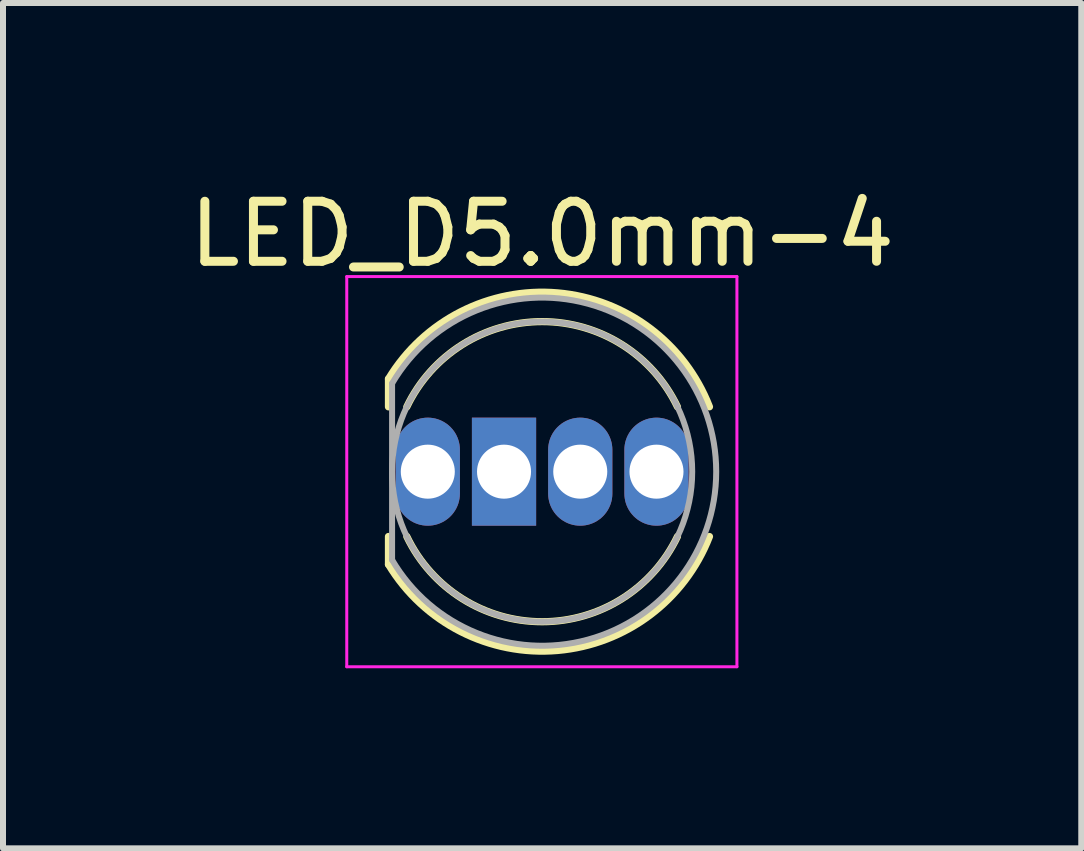
<source format=kicad_pcb>
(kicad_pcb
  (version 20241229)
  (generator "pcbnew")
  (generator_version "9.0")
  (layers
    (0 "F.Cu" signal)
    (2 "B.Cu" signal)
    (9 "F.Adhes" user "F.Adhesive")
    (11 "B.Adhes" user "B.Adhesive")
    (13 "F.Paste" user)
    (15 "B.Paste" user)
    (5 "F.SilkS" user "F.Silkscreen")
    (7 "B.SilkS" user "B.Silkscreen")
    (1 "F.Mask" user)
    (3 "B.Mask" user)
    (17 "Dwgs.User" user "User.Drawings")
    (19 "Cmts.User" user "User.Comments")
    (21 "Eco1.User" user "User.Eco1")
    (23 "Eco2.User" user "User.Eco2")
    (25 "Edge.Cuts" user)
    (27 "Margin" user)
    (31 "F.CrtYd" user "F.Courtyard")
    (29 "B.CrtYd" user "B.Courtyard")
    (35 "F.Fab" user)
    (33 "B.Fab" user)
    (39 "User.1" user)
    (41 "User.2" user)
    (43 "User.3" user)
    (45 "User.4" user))
  (footprint "LED_D5.0mm-4"
    (layer "F.Cu")
    (at 5.977 4.808)
    (property "Reference" "LED_D5.0mm-4" (at 0.005 -3.96 0) (layer "F.SilkS") (effects (font (size 1 1) (thickness 0.15))))
    (attr through_hole)
    (fp_line (start -2.555 -1.545) (end -2.555 -1.08) (stroke (width 0.12) (type solid)) (layer "F.SilkS"))
    (fp_line (start -2.555 1.08) (end -2.555 1.545) (stroke (width 0.12) (type solid)) (layer "F.SilkS"))
    (fp_arc (start -2.555 -1.54483) (mid 0.263456 -2.978809) (end 2.792815 -1.080827) (stroke (width 0.12) (type solid)) (layer "F.SilkS"))
    (fp_arc (start -2.249684 -1.08) (mid 0.004762 -2.5) (end 2.259479 -1.080429) (stroke (width 0.12) (type solid)) (layer "F.SilkS"))
    (fp_arc (start 2.259479 1.080429) (mid 0.004762 2.5) (end -2.249684 1.08) (stroke (width 0.12) (type solid)) (layer "F.SilkS"))
    (fp_arc (start 2.792815 1.080827) (mid 0.263456 2.978808) (end -2.555 1.54483) (stroke (width 0.12) (type solid)) (layer "F.SilkS"))
    (fp_line (start -3.25 -3.25) (end -3.25 3.25) (stroke (width 0.05) (type solid)) (layer "F.CrtYd"))
    (fp_line (start -3.25 3.25) (end 3.25 3.25) (stroke (width 0.05) (type solid)) (layer "F.CrtYd"))
    (fp_line (start 3.25 -3.25) (end -3.25 -3.25) (stroke (width 0.05) (type solid)) (layer "F.CrtYd"))
    (fp_line (start 3.25 3.25) (end 3.25 -3.25) (stroke (width 0.05) (type solid)) (layer "F.CrtYd"))
    (fp_line (start -2.495 -1.47) (end -2.495 1.47) (stroke (width 0.1) (type solid)) (layer "F.Fab"))
    (fp_arc (start -2.495 -1.469694) (mid 2.905 0.000016) (end -2.495016 1.469666) (stroke (width 0.1) (type solid)) (layer "F.Fab"))
    (fp_circle (center 0.005 0) (end 2.505 0) (stroke (width 0.1) (type solid)) (fill no) (layer "F.Fab"))
    (pad "1" thru_hole rect (at -0.63 0) (size 1.07 1.8) (drill 0.9) (layers "*.Cu" "*.Mask"))
    (pad "2" thru_hole oval (at 1.91 0) (size 1.07 1.8) (drill 0.9) (layers "*.Cu" "*.Mask"))
    (pad "3" thru_hole oval (at 0.64 0) (size 1.07 1.8) (drill 0.9) (layers "*.Cu" "*.Mask"))
    (pad "4" thru_hole oval (at -1.9 0) (size 1.07 1.8) (drill 0.9) (layers "*.Cu" "*.Mask")))
  (gr_rect
    (start -3 -3)
    (end 14.964 11.083)
    (stroke (width 0.1) (type default))
    (fill no)
    (layer "Edge.Cuts")))
</source>
